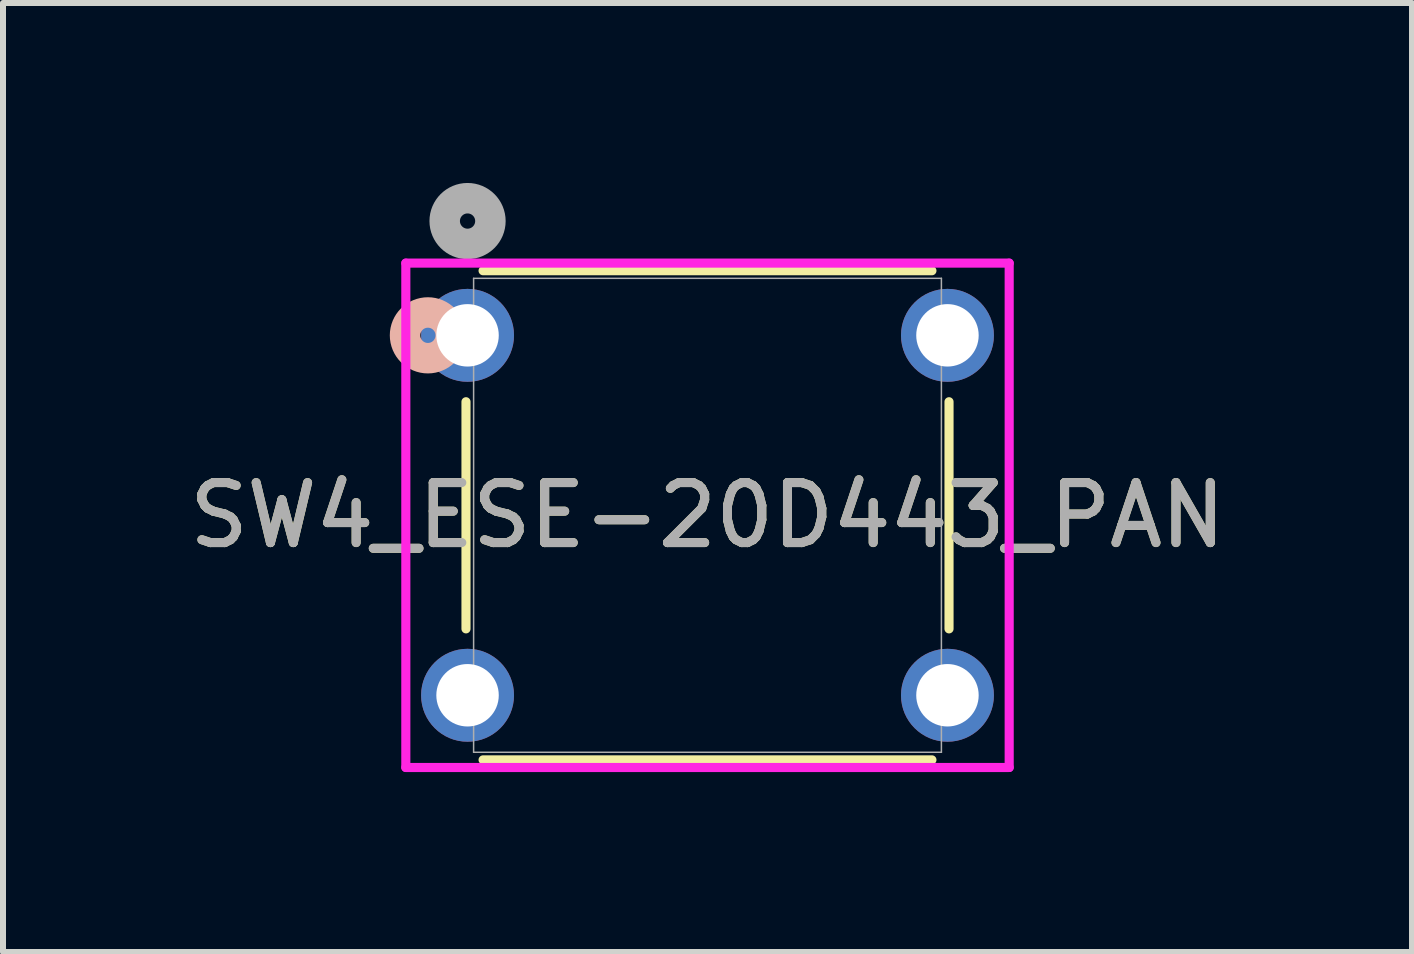
<source format=kicad_pcb>
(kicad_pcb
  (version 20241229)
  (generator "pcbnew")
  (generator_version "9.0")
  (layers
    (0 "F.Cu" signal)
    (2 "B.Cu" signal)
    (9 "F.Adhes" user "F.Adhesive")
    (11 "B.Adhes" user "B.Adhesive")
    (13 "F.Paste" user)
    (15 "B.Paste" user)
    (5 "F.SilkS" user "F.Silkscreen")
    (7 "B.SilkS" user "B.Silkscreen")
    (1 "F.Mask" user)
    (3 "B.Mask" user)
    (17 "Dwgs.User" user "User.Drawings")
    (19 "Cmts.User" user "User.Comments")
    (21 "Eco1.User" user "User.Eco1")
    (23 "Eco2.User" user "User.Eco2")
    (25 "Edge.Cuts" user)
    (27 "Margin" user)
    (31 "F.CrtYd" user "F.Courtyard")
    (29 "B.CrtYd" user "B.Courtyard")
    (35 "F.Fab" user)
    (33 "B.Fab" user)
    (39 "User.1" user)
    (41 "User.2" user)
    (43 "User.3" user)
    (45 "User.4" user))
  (footprint "SW4_ESE-20D443_PAN"
    (layer "F.Cu")
    (at 4.744 2.54)
    (property "Reference" "SW4_ESE-20D443_PAN" (at 4 3 0) (unlocked yes) (layer "F.SilkS") (effects (font (size 1 1) (thickness 0.15))))
    (attr through_hole)
    (fp_line (start -0.026 1.107) (end -0.026 4.893) (stroke (width 0.152) (type solid)) (layer "F.SilkS"))
    (fp_line (start 0.259 7.077) (end 7.741 7.077) (stroke (width 0.152) (type solid)) (layer "F.SilkS"))
    (fp_line (start 7.741 -1.077) (end 0.259 -1.077) (stroke (width 0.152) (type solid)) (layer "F.SilkS"))
    (fp_line (start 8.026 4.893) (end 8.026 1.107) (stroke (width 0.152) (type solid)) (layer "F.SilkS"))
    (fp_circle (center -0.661 0) (end -0.28 0) (stroke (width 0.508) (type solid)) (fill no) (layer "B.SilkS"))
    (fp_line (start -1.029 -1.204) (end -1.029 7.204) (stroke (width 0.152) (type solid)) (layer "F.CrtYd"))
    (fp_line (start -1.029 7.204) (end 9.029 7.204) (stroke (width 0.152) (type solid)) (layer "F.CrtYd"))
    (fp_line (start 9.029 -1.204) (end -1.029 -1.204) (stroke (width 0.152) (type solid)) (layer "F.CrtYd"))
    (fp_line (start 9.029 7.204) (end 9.029 -1.204) (stroke (width 0.152) (type solid)) (layer "F.CrtYd"))
    (fp_line (start 0.101 -0.95) (end 0.101 6.95) (stroke (width 0.025) (type solid)) (layer "F.Fab"))
    (fp_line (start 0.101 6.95) (end 7.899 6.95) (stroke (width 0.025) (type solid)) (layer "F.Fab"))
    (fp_line (start 7.899 -0.95) (end 0.101 -0.95) (stroke (width 0.025) (type solid)) (layer "F.Fab"))
    (fp_line (start 7.899 6.95) (end 7.899 -0.95) (stroke (width 0.025) (type solid)) (layer "F.Fab"))
    (fp_circle (center 0 -1.905) (end 0.381 -1.905) (stroke (width 0.508) (type solid)) (fill no) (layer "F.Fab"))
    (fp_text user "${REFERENCE}" (at 4 3 0) (unlocked yes) (layer "F.Fab") (effects (font (size 1 1) (thickness 0.15))))
    (pad "1" thru_hole circle (at 0 0) (size 1.549 1.549) (drill 1.041) (layers "*.Cu" "*.Mask"))
    (pad "2" thru_hole circle (at 0 6) (size 1.549 1.549) (drill 1.041) (layers "*.Cu" "*.Mask"))
    (pad "3" thru_hole circle (at 8 0) (size 1.549 1.549) (drill 1.041) (layers "*.Cu" "*.Mask"))
    (pad "4" thru_hole circle (at 8 6) (size 1.549 1.549) (drill 1.041) (layers "*.Cu" "*.Mask")))
  (gr_rect
    (start -3 -3)
    (end 20.488 12.82)
    (stroke (width 0.1) (type default))
    (fill no)
    (layer "Edge.Cuts")))
</source>
